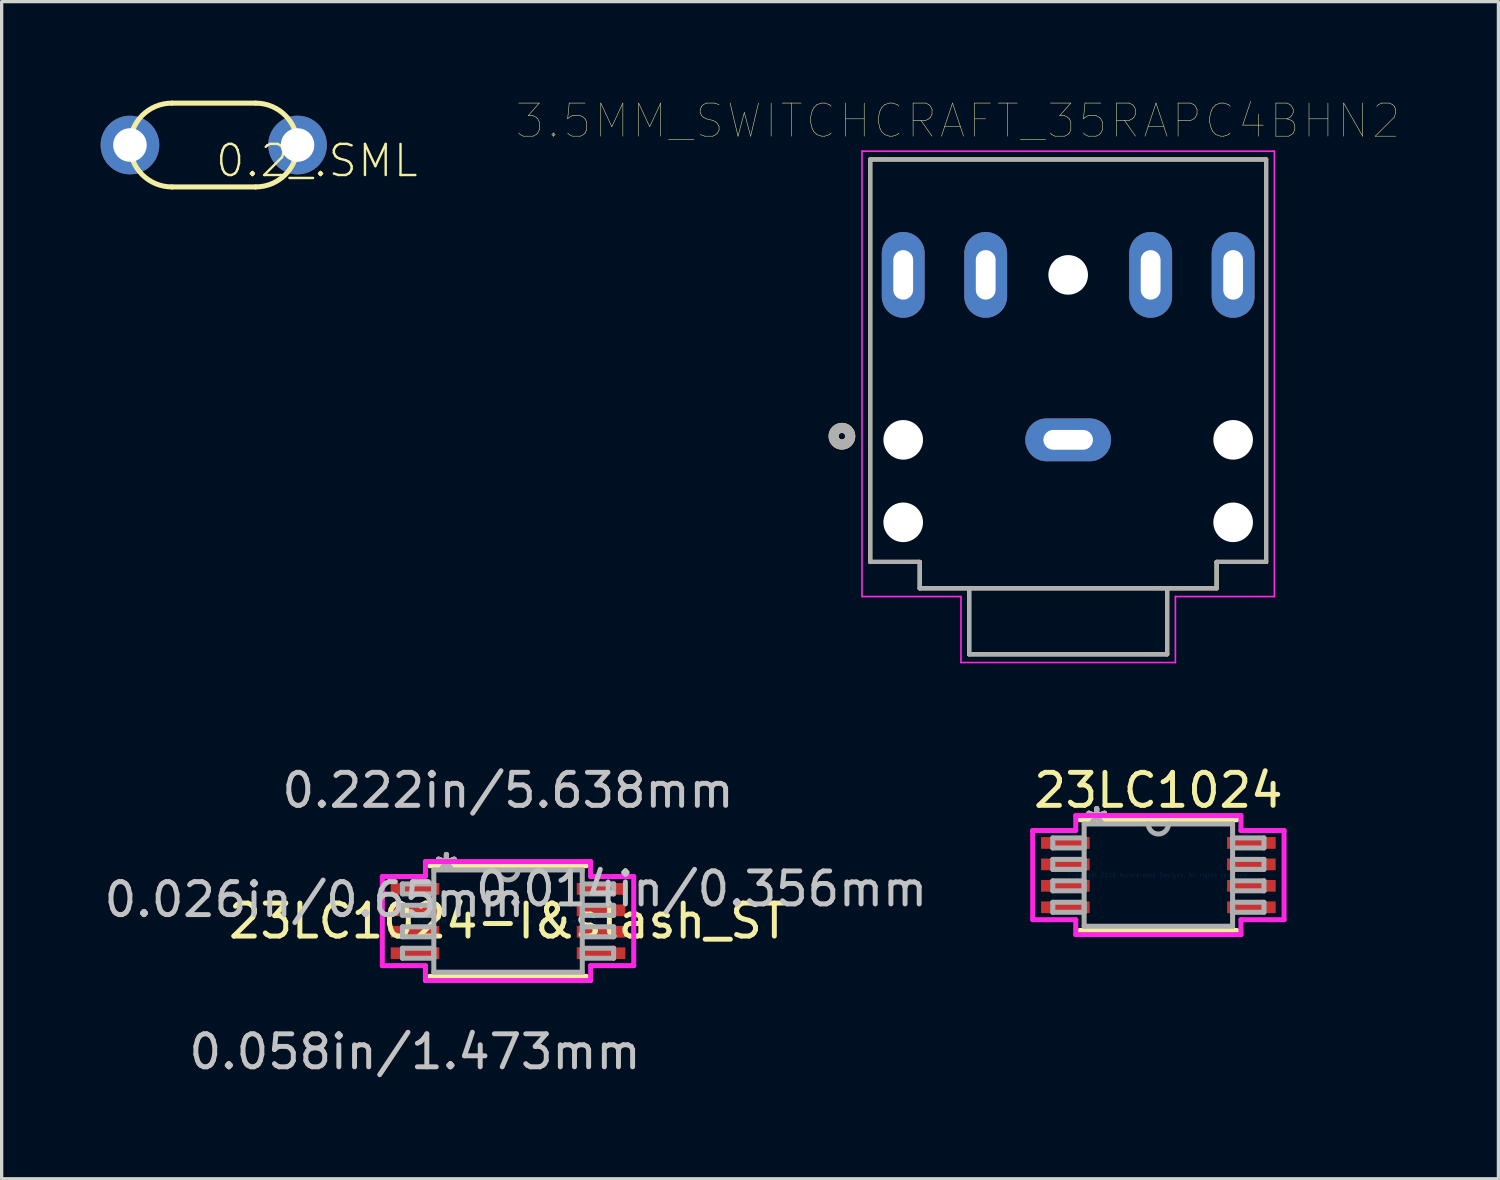
<source format=kicad_pcb>
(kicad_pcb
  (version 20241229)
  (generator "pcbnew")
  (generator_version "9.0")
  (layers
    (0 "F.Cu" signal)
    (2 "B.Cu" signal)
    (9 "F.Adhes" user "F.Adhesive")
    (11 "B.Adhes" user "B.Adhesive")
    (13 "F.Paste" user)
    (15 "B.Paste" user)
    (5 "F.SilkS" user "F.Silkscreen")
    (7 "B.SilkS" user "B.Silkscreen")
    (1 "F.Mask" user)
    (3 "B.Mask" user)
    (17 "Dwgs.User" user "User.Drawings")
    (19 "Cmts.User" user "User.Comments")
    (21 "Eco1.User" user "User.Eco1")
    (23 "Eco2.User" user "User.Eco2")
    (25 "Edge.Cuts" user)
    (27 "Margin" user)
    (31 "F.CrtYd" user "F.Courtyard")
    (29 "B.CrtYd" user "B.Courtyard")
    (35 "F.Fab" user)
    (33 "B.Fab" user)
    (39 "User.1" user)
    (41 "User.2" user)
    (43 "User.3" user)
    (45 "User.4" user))
  (footprint "0.2_.SML"
    (layer "F.Cu")
    (at 3.429 1.346)
    (property "Reference" "0.2_.SML" (at 0 0.476 0) (layer "F.SilkS") (effects (font (size 0.943 0.943) (thickness 0.073)) (justify left)))
    (fp_line (start -1.27 1.27) (end 1.27 1.27) (stroke (width 0.152) (type solid)) (layer "F.SilkS"))
    (fp_line (start 1.27 -1.27) (end -1.27 -1.27) (stroke (width 0.152) (type solid)) (layer "F.SilkS"))
    (fp_arc (start -2.54 0) (mid -2.168026 -0.898026) (end -1.27 -1.27) (stroke (width 0.1524) (type solid)) (layer "F.SilkS"))
    (fp_arc (start -1.27 1.27) (mid -2.168026 0.898026) (end -2.54 0) (stroke (width 0.1524) (type solid)) (layer "F.SilkS"))
    (fp_arc (start 1.27 -1.27) (mid 2.168026 -0.898026) (end 2.54 0) (stroke (width 0.1524) (type solid)) (layer "F.SilkS"))
    (fp_arc (start 2.54 0) (mid 2.168026 0.898026) (end 1.27 1.27) (stroke (width 0.1524) (type solid)) (layer "F.SilkS"))
    (pad "1" thru_hole circle (at -2.54 0) (size 1.778 1.778) (drill 1.016) (layers "*.Cu" "*.Mask"))
    (pad "2" thru_hole circle (at 2.54 0) (size 1.778 1.778) (drill 1.016) (layers "*.Cu" "*.Mask")))
  (footprint "23LC1024"
    (layer "F.Cu")
    (at 32.061 23.475)
    (property "Reference" "23LC1024" (at 0 -2.57 0) (layer "F.SilkS") (effects (font (size 1 1) (thickness 0.15))))
    (property "Value" "${VALUE}" (at 0.06 2.77 0) (layer "F.Fab") (hide yes) (effects (font (size 1 1) (thickness 0.15))))
    (attr through_hole)
    (fp_line (start -2.377 1.677) (end 2.377 1.677) (stroke (width 0.152) (type solid)) (layer "F.SilkS"))
    (fp_line (start 2.377 -1.677) (end -2.377 -1.677) (stroke (width 0.152) (type solid)) (layer "F.SilkS"))
    (fp_line (start -3.81 -1.351) (end -2.504 -1.351) (stroke (width 0.152) (type solid)) (layer "F.CrtYd"))
    (fp_line (start -3.81 1.351) (end -3.81 -1.351) (stroke (width 0.152) (type solid)) (layer "F.CrtYd"))
    (fp_line (start -2.504 -1.804) (end 2.504 -1.804) (stroke (width 0.152) (type solid)) (layer "F.CrtYd"))
    (fp_line (start -2.504 -1.351) (end -2.504 -1.804) (stroke (width 0.152) (type solid)) (layer "F.CrtYd"))
    (fp_line (start -2.504 1.351) (end -3.81 1.351) (stroke (width 0.152) (type solid)) (layer "F.CrtYd"))
    (fp_line (start -2.504 1.804) (end -2.504 1.351) (stroke (width 0.152) (type solid)) (layer "F.CrtYd"))
    (fp_line (start 2.504 -1.804) (end 2.504 -1.351) (stroke (width 0.152) (type solid)) (layer "F.CrtYd"))
    (fp_line (start 2.504 -1.351) (end 3.81 -1.351) (stroke (width 0.152) (type solid)) (layer "F.CrtYd"))
    (fp_line (start 2.504 1.351) (end 2.504 1.804) (stroke (width 0.152) (type solid)) (layer "F.CrtYd"))
    (fp_line (start 2.504 1.804) (end -2.504 1.804) (stroke (width 0.152) (type solid)) (layer "F.CrtYd"))
    (fp_line (start 3.81 -1.351) (end 3.81 1.351) (stroke (width 0.152) (type solid)) (layer "F.CrtYd"))
    (fp_line (start 3.81 1.351) (end 2.504 1.351) (stroke (width 0.152) (type solid)) (layer "F.CrtYd"))
    (fp_line (start -3.2 -1.127) (end -3.2 -0.823) (stroke (width 0.152) (type solid)) (layer "F.Fab"))
    (fp_line (start -3.2 -0.823) (end -2.25 -0.823) (stroke (width 0.152) (type solid)) (layer "F.Fab"))
    (fp_line (start -3.2 -0.477) (end -3.2 -0.173) (stroke (width 0.152) (type solid)) (layer "F.Fab"))
    (fp_line (start -3.2 -0.173) (end -2.25 -0.173) (stroke (width 0.152) (type solid)) (layer "F.Fab"))
    (fp_line (start -3.2 0.173) (end -3.2 0.477) (stroke (width 0.152) (type solid)) (layer "F.Fab"))
    (fp_line (start -3.2 0.477) (end -2.25 0.477) (stroke (width 0.152) (type solid)) (layer "F.Fab"))
    (fp_line (start -3.2 0.823) (end -3.2 1.127) (stroke (width 0.152) (type solid)) (layer "F.Fab"))
    (fp_line (start -3.2 1.127) (end -2.25 1.127) (stroke (width 0.152) (type solid)) (layer "F.Fab"))
    (fp_line (start -2.25 -1.55) (end -2.25 1.55) (stroke (width 0.152) (type solid)) (layer "F.Fab"))
    (fp_line (start -2.25 -1.127) (end -3.2 -1.127) (stroke (width 0.152) (type solid)) (layer "F.Fab"))
    (fp_line (start -2.25 -0.823) (end -2.25 -1.127) (stroke (width 0.152) (type solid)) (layer "F.Fab"))
    (fp_line (start -2.25 -0.477) (end -3.2 -0.477) (stroke (width 0.152) (type solid)) (layer "F.Fab"))
    (fp_line (start -2.25 -0.173) (end -2.25 -0.477) (stroke (width 0.152) (type solid)) (layer "F.Fab"))
    (fp_line (start -2.25 0.173) (end -3.2 0.173) (stroke (width 0.152) (type solid)) (layer "F.Fab"))
    (fp_line (start -2.25 0.477) (end -2.25 0.173) (stroke (width 0.152) (type solid)) (layer "F.Fab"))
    (fp_line (start -2.25 0.823) (end -3.2 0.823) (stroke (width 0.152) (type solid)) (layer "F.Fab"))
    (fp_line (start -2.25 1.127) (end -2.25 0.823) (stroke (width 0.152) (type solid)) (layer "F.Fab"))
    (fp_line (start -2.25 1.55) (end 2.25 1.55) (stroke (width 0.152) (type solid)) (layer "F.Fab"))
    (fp_line (start 2.25 -1.55) (end -2.25 -1.55) (stroke (width 0.152) (type solid)) (layer "F.Fab"))
    (fp_line (start 2.25 -1.127) (end 2.25 -0.823) (stroke (width 0.152) (type solid)) (layer "F.Fab"))
    (fp_line (start 2.25 -0.823) (end 3.2 -0.823) (stroke (width 0.152) (type solid)) (layer "F.Fab"))
    (fp_line (start 2.25 -0.477) (end 2.25 -0.173) (stroke (width 0.152) (type solid)) (layer "F.Fab"))
    (fp_line (start 2.25 -0.173) (end 3.2 -0.173) (stroke (width 0.152) (type solid)) (layer "F.Fab"))
    (fp_line (start 2.25 0.173) (end 2.25 0.477) (stroke (width 0.152) (type solid)) (layer "F.Fab"))
    (fp_line (start 2.25 0.477) (end 3.2 0.477) (stroke (width 0.152) (type solid)) (layer "F.Fab"))
    (fp_line (start 2.25 0.823) (end 2.25 1.127) (stroke (width 0.152) (type solid)) (layer "F.Fab"))
    (fp_line (start 2.25 1.127) (end 3.2 1.127) (stroke (width 0.152) (type solid)) (layer "F.Fab"))
    (fp_line (start 2.25 1.55) (end 2.25 -1.55) (stroke (width 0.152) (type solid)) (layer "F.Fab"))
    (fp_line (start 3.2 -1.127) (end 2.25 -1.127) (stroke (width 0.152) (type solid)) (layer "F.Fab"))
    (fp_line (start 3.2 -0.823) (end 3.2 -1.127) (stroke (width 0.152) (type solid)) (layer "F.Fab"))
    (fp_line (start 3.2 -0.477) (end 2.25 -0.477) (stroke (width 0.152) (type solid)) (layer "F.Fab"))
    (fp_line (start 3.2 -0.173) (end 3.2 -0.477) (stroke (width 0.152) (type solid)) (layer "F.Fab"))
    (fp_line (start 3.2 0.173) (end 2.25 0.173) (stroke (width 0.152) (type solid)) (layer "F.Fab"))
    (fp_line (start 3.2 0.477) (end 3.2 0.173) (stroke (width 0.152) (type solid)) (layer "F.Fab"))
    (fp_line (start 3.2 0.823) (end 2.25 0.823) (stroke (width 0.152) (type solid)) (layer "F.Fab"))
    (fp_line (start 3.2 1.127) (end 3.2 0.823) (stroke (width 0.152) (type solid)) (layer "F.Fab"))
    (fp_arc (start 0.3048 -1.549999) (mid 0 -1.245199) (end -0.3048 -1.549999) (stroke (width 0.1524) (type solid)) (layer "F.Fab"))
    (fp_text user "*" (at -1.869 -1.474 0) (layer "F.SilkS") (effects (font (size 1 1) (thickness 0.15))))
    (fp_text user "*" (at -1.869 -1.474 0) (layer "F.SilkS") (effects (font (size 1 1) (thickness 0.15))))
    (fp_text user "Copyright 2016 Accelerated Designs. All rights reserved." (at 0 0 0) (layer "Cmts.User") (effects (font (size 0.127 0.127) (thickness 0.002))))
    (fp_text user "*" (at -1.869 -1.474 0) (layer "F.Fab") (effects (font (size 1 1) (thickness 0.15))))
    (fp_text user "*" (at -1.869 -1.474 0) (layer "F.Fab") (effects (font (size 1 1) (thickness 0.15))))
    (pad "1" smd rect (at -2.819 -0.975) (size 1.473 0.356) (layers "F.Cu" "F.Mask" "F.Paste"))
    (pad "2" smd rect (at -2.819 -0.325) (size 1.473 0.356) (layers "F.Cu" "F.Mask" "F.Paste"))
    (pad "3" smd rect (at -2.819 0.325) (size 1.473 0.356) (layers "F.Cu" "F.Mask" "F.Paste"))
    (pad "4" smd rect (at -2.819 0.975) (size 1.473 0.356) (layers "F.Cu" "F.Mask" "F.Paste"))
    (pad "5" smd rect (at 2.819 0.975) (size 1.473 0.356) (layers "F.Cu" "F.Mask" "F.Paste"))
    (pad "6" smd rect (at 2.819 0.325) (size 1.473 0.356) (layers "F.Cu" "F.Mask" "F.Paste"))
    (pad "7" smd rect (at 2.819 -0.325) (size 1.473 0.356) (layers "F.Cu" "F.Mask" "F.Paste"))
    (pad "8" smd rect (at 2.819 -0.975) (size 1.473 0.356) (layers "F.Cu" "F.Mask" "F.Paste")))
  (footprint "3.5MM_SWITCHCRAFT_35RAPC4BHN2"
    (layer "F.Cu")
    (at 29.327 9.282)
    (property "Reference" "3.5MM_SWITCHCRAFT_35RAPC4BHN2" (at -3.338 -8.668 0) (layer "F.SilkS") (effects (font (size 1.004 1.004) (thickness 0.015))))
    (attr through_hole)
    (fp_line (start -6 -7.5) (end 6 -7.5) (stroke (width 0.127) (type solid)) (layer "F.SilkS"))
    (fp_line (start -6 4.7) (end -6 -7.5) (stroke (width 0.127) (type solid)) (layer "F.SilkS"))
    (fp_line (start -4.5 4.7) (end -6 4.7) (stroke (width 0.127) (type solid)) (layer "F.SilkS"))
    (fp_line (start -4.5 5.5) (end -4.5 4.7) (stroke (width 0.127) (type solid)) (layer "F.SilkS"))
    (fp_line (start -4.5 5.5) (end -3 5.5) (stroke (width 0.127) (type solid)) (layer "F.SilkS"))
    (fp_line (start -3 5.5) (end 3 5.5) (stroke (width 0.127) (type solid)) (layer "F.SilkS"))
    (fp_line (start -3 7.5) (end -3 5.5) (stroke (width 0.127) (type solid)) (layer "F.SilkS"))
    (fp_line (start -3 7.5) (end 3 7.5) (stroke (width 0.127) (type solid)) (layer "F.SilkS"))
    (fp_line (start 3 5.5) (end 4.5 5.5) (stroke (width 0.127) (type solid)) (layer "F.SilkS"))
    (fp_line (start 3 7.5) (end 3 5.5) (stroke (width 0.127) (type solid)) (layer "F.SilkS"))
    (fp_line (start 4.5 4.7) (end 4.5 5.5) (stroke (width 0.127) (type solid)) (layer "F.SilkS"))
    (fp_line (start 6 -7.5) (end 6 4.7) (stroke (width 0.127) (type solid)) (layer "F.SilkS"))
    (fp_line (start 6 4.7) (end 4.5 4.7) (stroke (width 0.127) (type solid)) (layer "F.SilkS"))
    (fp_circle (center -6.858 0.89) (end -6.758 0.89) (stroke (width 0.305) (type solid)) (fill no) (layer "F.SilkS"))
    (fp_line (start -6.25 -7.75) (end 6.25 -7.75) (stroke (width 0.05) (type solid)) (layer "F.CrtYd"))
    (fp_line (start -6.25 5.75) (end -6.25 -7.75) (stroke (width 0.05) (type solid)) (layer "F.CrtYd"))
    (fp_line (start -3.25 5.75) (end -6.25 5.75) (stroke (width 0.05) (type solid)) (layer "F.CrtYd"))
    (fp_line (start -3.25 7.75) (end -3.25 5.75) (stroke (width 0.05) (type solid)) (layer "F.CrtYd"))
    (fp_line (start 3.25 5.75) (end 3.25 7.75) (stroke (width 0.05) (type solid)) (layer "F.CrtYd"))
    (fp_line (start 3.25 7.75) (end -3.25 7.75) (stroke (width 0.05) (type solid)) (layer "F.CrtYd"))
    (fp_line (start 6.25 -7.75) (end 6.25 5.75) (stroke (width 0.05) (type solid)) (layer "F.CrtYd"))
    (fp_line (start 6.25 5.75) (end 3.25 5.75) (stroke (width 0.05) (type solid)) (layer "F.CrtYd"))
    (fp_line (start -6 -7.5) (end 6 -7.5) (stroke (width 0.127) (type solid)) (layer "F.Fab"))
    (fp_line (start -6 4.7) (end -6 -7.5) (stroke (width 0.127) (type solid)) (layer "F.Fab"))
    (fp_line (start -4.5 4.7) (end -6 4.7) (stroke (width 0.127) (type solid)) (layer "F.Fab"))
    (fp_line (start -4.5 5.5) (end -4.5 4.7) (stroke (width 0.127) (type solid)) (layer "F.Fab"))
    (fp_line (start -4.5 5.5) (end -3 5.5) (stroke (width 0.127) (type solid)) (layer "F.Fab"))
    (fp_line (start -3 5.5) (end 3 5.5) (stroke (width 0.127) (type solid)) (layer "F.Fab"))
    (fp_line (start -3 7.5) (end -3 5.5) (stroke (width 0.127) (type solid)) (layer "F.Fab"))
    (fp_line (start -3 7.5) (end 3 7.5) (stroke (width 0.127) (type solid)) (layer "F.Fab"))
    (fp_line (start 3 5.5) (end 4.5 5.5) (stroke (width 0.127) (type solid)) (layer "F.Fab"))
    (fp_line (start 3 7.5) (end 3 5.5) (stroke (width 0.127) (type solid)) (layer "F.Fab"))
    (fp_line (start 4.5 4.7) (end 4.5 5.5) (stroke (width 0.127) (type solid)) (layer "F.Fab"))
    (fp_line (start 6 -7.5) (end 6 4.7) (stroke (width 0.127) (type solid)) (layer "F.Fab"))
    (fp_line (start 6 4.7) (end 4.5 4.7) (stroke (width 0.127) (type solid)) (layer "F.Fab"))
    (fp_circle (center -6.858 0.89) (end -6.758 0.89) (stroke (width 0.305) (type solid)) (fill no) (layer "F.Fab"))
    (pad "" np_thru_hole circle (at -5 1) (size 1.2 1.2) (drill 1.2) (layers "*.Cu" "*.Mask"))
    (pad "" np_thru_hole circle (at -5 3.5) (size 1.2 1.2) (drill 1.2) (layers "*.Cu" "*.Mask"))
    (pad "" np_thru_hole circle (at 0 -4) (size 1.2 1.2) (drill 1.2) (layers "*.Cu" "*.Mask"))
    (pad "" np_thru_hole circle (at 5 1) (size 1.2 1.2) (drill 1.2) (layers "*.Cu" "*.Mask"))
    (pad "" np_thru_hole circle (at 5 3.5) (size 1.2 1.2) (drill 1.2) (layers "*.Cu" "*.Mask"))
    (pad "1" thru_hole oval (at 0 1) (size 2.6 1.3) (drill oval 1.5 0.6) (layers "*.Cu" "*.Mask"))
    (pad "2" thru_hole oval (at 5 -4) (size 1.3 2.6) (drill oval 0.6 1.5) (layers "*.Cu" "*.Mask"))
    (pad "3" thru_hole oval (at -5 -4) (size 1.3 2.6) (drill oval 0.6 1.5) (layers "*.Cu" "*.Mask"))
    (pad "10" thru_hole oval (at 2.5 -4) (size 1.3 2.6) (drill oval 0.6 1.5) (layers "*.Cu" "*.Mask"))
    (pad "11" thru_hole oval (at -2.5 -4) (size 1.3 2.6) (drill oval 0.6 1.5) (layers "*.Cu" "*.Mask")))
  (footprint "23LC1024-I&slash_ST"
    (layer "F.Cu")
    (at 12.349 24.868)
    (property "Reference" "23LC1024-I&slash_ST" (at 0 0 0) (layer "F.SilkS") (effects (font (size 1 1) (thickness 0.15))))
    (attr through_hole)
    (fp_line (start -2.377 1.677) (end 2.377 1.677) (stroke (width 0.152) (type solid)) (layer "F.SilkS"))
    (fp_line (start 2.377 -1.677) (end -2.377 -1.677) (stroke (width 0.152) (type solid)) (layer "F.SilkS"))
    (fp_line (start -3.81 -1.351) (end -2.504 -1.351) (stroke (width 0.152) (type solid)) (layer "F.CrtYd"))
    (fp_line (start -3.81 1.351) (end -3.81 -1.351) (stroke (width 0.152) (type solid)) (layer "F.CrtYd"))
    (fp_line (start -2.504 -1.804) (end 2.504 -1.804) (stroke (width 0.152) (type solid)) (layer "F.CrtYd"))
    (fp_line (start -2.504 -1.351) (end -2.504 -1.804) (stroke (width 0.152) (type solid)) (layer "F.CrtYd"))
    (fp_line (start -2.504 1.351) (end -3.81 1.351) (stroke (width 0.152) (type solid)) (layer "F.CrtYd"))
    (fp_line (start -2.504 1.804) (end -2.504 1.351) (stroke (width 0.152) (type solid)) (layer "F.CrtYd"))
    (fp_line (start 2.504 -1.804) (end 2.504 -1.351) (stroke (width 0.152) (type solid)) (layer "F.CrtYd"))
    (fp_line (start 2.504 -1.351) (end 3.81 -1.351) (stroke (width 0.152) (type solid)) (layer "F.CrtYd"))
    (fp_line (start 2.504 1.351) (end 2.504 1.804) (stroke (width 0.152) (type solid)) (layer "F.CrtYd"))
    (fp_line (start 2.504 1.804) (end -2.504 1.804) (stroke (width 0.152) (type solid)) (layer "F.CrtYd"))
    (fp_line (start 3.81 -1.351) (end 3.81 1.351) (stroke (width 0.152) (type solid)) (layer "F.CrtYd"))
    (fp_line (start 3.81 1.351) (end 2.504 1.351) (stroke (width 0.152) (type solid)) (layer "F.CrtYd"))
    (fp_line (start -3.2 -1.127) (end -3.2 -0.823) (stroke (width 0.152) (type solid)) (layer "F.Fab"))
    (fp_line (start -3.2 -0.823) (end -2.25 -0.823) (stroke (width 0.152) (type solid)) (layer "F.Fab"))
    (fp_line (start -3.2 -0.477) (end -3.2 -0.173) (stroke (width 0.152) (type solid)) (layer "F.Fab"))
    (fp_line (start -3.2 -0.173) (end -2.25 -0.173) (stroke (width 0.152) (type solid)) (layer "F.Fab"))
    (fp_line (start -3.2 0.173) (end -3.2 0.477) (stroke (width 0.152) (type solid)) (layer "F.Fab"))
    (fp_line (start -3.2 0.477) (end -2.25 0.477) (stroke (width 0.152) (type solid)) (layer "F.Fab"))
    (fp_line (start -3.2 0.823) (end -3.2 1.127) (stroke (width 0.152) (type solid)) (layer "F.Fab"))
    (fp_line (start -3.2 1.127) (end -2.25 1.127) (stroke (width 0.152) (type solid)) (layer "F.Fab"))
    (fp_line (start -2.25 -1.55) (end -2.25 1.55) (stroke (width 0.152) (type solid)) (layer "F.Fab"))
    (fp_line (start -2.25 -1.127) (end -3.2 -1.127) (stroke (width 0.152) (type solid)) (layer "F.Fab"))
    (fp_line (start -2.25 -0.823) (end -2.25 -1.127) (stroke (width 0.152) (type solid)) (layer "F.Fab"))
    (fp_line (start -2.25 -0.477) (end -3.2 -0.477) (stroke (width 0.152) (type solid)) (layer "F.Fab"))
    (fp_line (start -2.25 -0.173) (end -2.25 -0.477) (stroke (width 0.152) (type solid)) (layer "F.Fab"))
    (fp_line (start -2.25 0.173) (end -3.2 0.173) (stroke (width 0.152) (type solid)) (layer "F.Fab"))
    (fp_line (start -2.25 0.477) (end -2.25 0.173) (stroke (width 0.152) (type solid)) (layer "F.Fab"))
    (fp_line (start -2.25 0.823) (end -3.2 0.823) (stroke (width 0.152) (type solid)) (layer "F.Fab"))
    (fp_line (start -2.25 1.127) (end -2.25 0.823) (stroke (width 0.152) (type solid)) (layer "F.Fab"))
    (fp_line (start -2.25 1.55) (end 2.25 1.55) (stroke (width 0.152) (type solid)) (layer "F.Fab"))
    (fp_line (start 2.25 -1.55) (end -2.25 -1.55) (stroke (width 0.152) (type solid)) (layer "F.Fab"))
    (fp_line (start 2.25 -1.127) (end 2.25 -0.823) (stroke (width 0.152) (type solid)) (layer "F.Fab"))
    (fp_line (start 2.25 -0.823) (end 3.2 -0.823) (stroke (width 0.152) (type solid)) (layer "F.Fab"))
    (fp_line (start 2.25 -0.477) (end 2.25 -0.173) (stroke (width 0.152) (type solid)) (layer "F.Fab"))
    (fp_line (start 2.25 -0.173) (end 3.2 -0.173) (stroke (width 0.152) (type solid)) (layer "F.Fab"))
    (fp_line (start 2.25 0.173) (end 2.25 0.477) (stroke (width 0.152) (type solid)) (layer "F.Fab"))
    (fp_line (start 2.25 0.477) (end 3.2 0.477) (stroke (width 0.152) (type solid)) (layer "F.Fab"))
    (fp_line (start 2.25 0.823) (end 2.25 1.127) (stroke (width 0.152) (type solid)) (layer "F.Fab"))
    (fp_line (start 2.25 1.127) (end 3.2 1.127) (stroke (width 0.152) (type solid)) (layer "F.Fab"))
    (fp_line (start 2.25 1.55) (end 2.25 -1.55) (stroke (width 0.152) (type solid)) (layer "F.Fab"))
    (fp_line (start 3.2 -1.127) (end 2.25 -1.127) (stroke (width 0.152) (type solid)) (layer "F.Fab"))
    (fp_line (start 3.2 -0.823) (end 3.2 -1.127) (stroke (width 0.152) (type solid)) (layer "F.Fab"))
    (fp_line (start 3.2 -0.477) (end 2.25 -0.477) (stroke (width 0.152) (type solid)) (layer "F.Fab"))
    (fp_line (start 3.2 -0.173) (end 3.2 -0.477) (stroke (width 0.152) (type solid)) (layer "F.Fab"))
    (fp_line (start 3.2 0.173) (end 2.25 0.173) (stroke (width 0.152) (type solid)) (layer "F.Fab"))
    (fp_line (start 3.2 0.477) (end 3.2 0.173) (stroke (width 0.152) (type solid)) (layer "F.Fab"))
    (fp_line (start 3.2 0.823) (end 2.25 0.823) (stroke (width 0.152) (type solid)) (layer "F.Fab"))
    (fp_line (start 3.2 1.127) (end 3.2 0.823) (stroke (width 0.152) (type solid)) (layer "F.Fab"))
    (fp_arc (start 0.3048 -1.549999) (mid 0 -1.245199) (end -0.3048 -1.549999) (stroke (width 0.1524) (type solid)) (layer "F.Fab"))
    (fp_text user "*" (at -1.869 -1.474 0) (layer "F.SilkS") (effects (font (size 1 1) (thickness 0.15))))
    (fp_text user "*" (at -1.869 -1.474 0) (layer "F.SilkS") (effects (font (size 1 1) (thickness 0.15))))
    (fp_text user "0.058in/1.473mm" (at -2.819 3.963 0) (layer "Dwgs.User") (effects (font (size 1 1) (thickness 0.15))))
    (fp_text user "0.014in/0.356mm" (at 5.867 -0.975 0) (layer "Dwgs.User") (effects (font (size 1 1) (thickness 0.15))))
    (fp_text user "0.222in/5.638mm" (at 0 -3.963 0) (layer "Dwgs.User") (effects (font (size 1 1) (thickness 0.15))))
    (fp_text user "0.026in/0.65mm" (at -5.867 -0.65 0) (layer "Dwgs.User") (effects (font (size 1 1) (thickness 0.15))))
    (fp_text user "Copyright 2016 Accelerated Designs. All rights reserved." (at 0 0 0) (layer "Cmts.User") (effects (font (size 0.127 0.127) (thickness 0.002))))
    (fp_text user "*" (at -1.869 -1.474 0) (layer "F.Fab") (effects (font (size 1 1) (thickness 0.15))))
    (fp_text user "*" (at -1.869 -1.474 0) (layer "F.Fab") (effects (font (size 1 1) (thickness 0.15))))
    (pad "1" smd rect (at -2.819 -0.975) (size 1.473 0.356) (layers "F.Cu" "F.Mask" "F.Paste"))
    (pad "2" smd rect (at -2.819 -0.325) (size 1.473 0.356) (layers "F.Cu" "F.Mask" "F.Paste"))
    (pad "3" smd rect (at -2.819 0.325) (size 1.473 0.356) (layers "F.Cu" "F.Mask" "F.Paste"))
    (pad "4" smd rect (at -2.819 0.975) (size 1.473 0.356) (layers "F.Cu" "F.Mask" "F.Paste"))
    (pad "5" smd rect (at 2.819 0.975) (size 1.473 0.356) (layers "F.Cu" "F.Mask" "F.Paste"))
    (pad "6" smd rect (at 2.819 0.325) (size 1.473 0.356) (layers "F.Cu" "F.Mask" "F.Paste"))
    (pad "7" smd rect (at 2.819 -0.325) (size 1.473 0.356) (layers "F.Cu" "F.Mask" "F.Paste"))
    (pad "8" smd rect (at 2.819 -0.975) (size 1.473 0.356) (layers "F.Cu" "F.Mask" "F.Paste")))
  (gr_rect
    (start -3 -3)
    (end 42.368 32.679)
    (stroke (width 0.1) (type default))
    (fill no)
    (layer "Edge.Cuts")))
</source>
